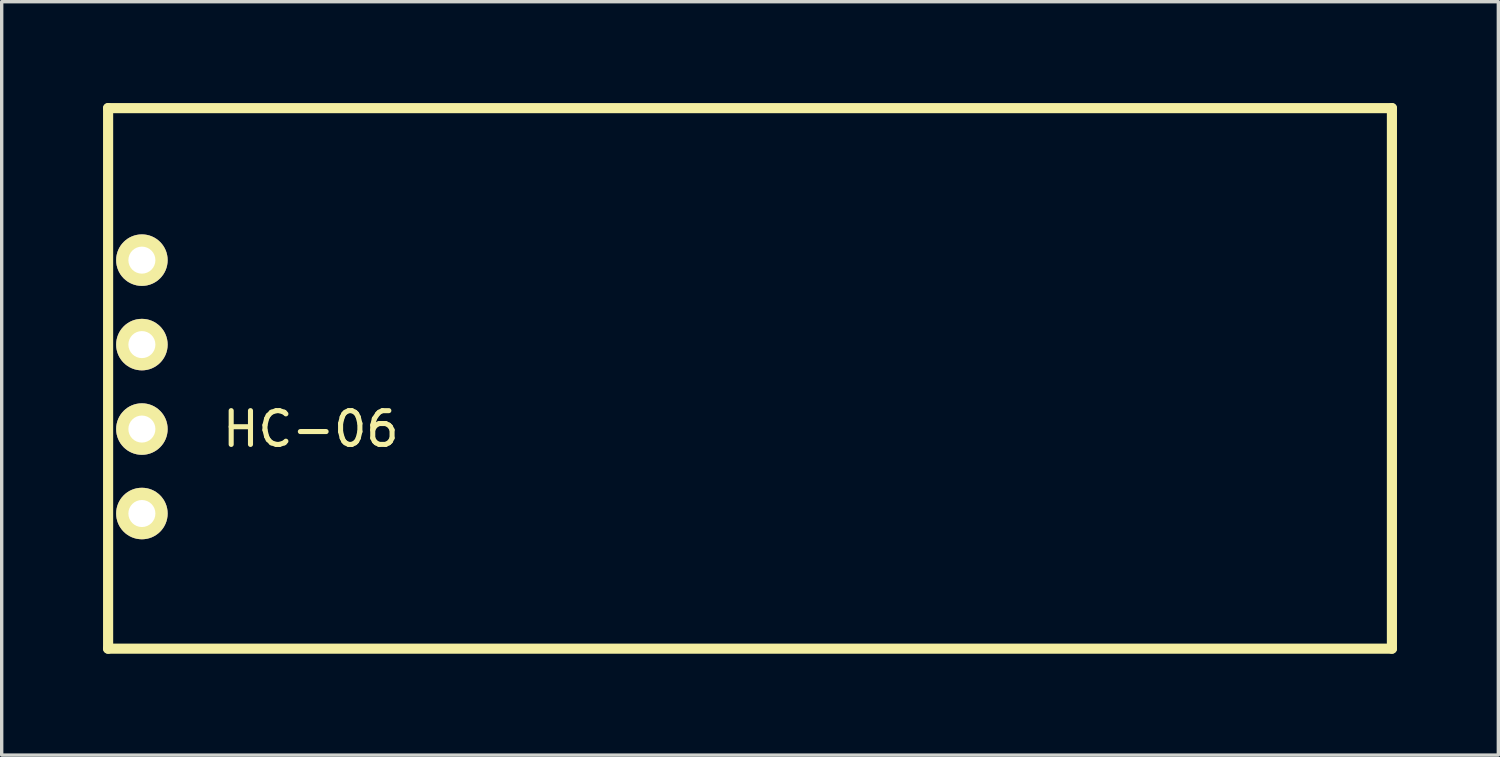
<source format=kicad_pcb>
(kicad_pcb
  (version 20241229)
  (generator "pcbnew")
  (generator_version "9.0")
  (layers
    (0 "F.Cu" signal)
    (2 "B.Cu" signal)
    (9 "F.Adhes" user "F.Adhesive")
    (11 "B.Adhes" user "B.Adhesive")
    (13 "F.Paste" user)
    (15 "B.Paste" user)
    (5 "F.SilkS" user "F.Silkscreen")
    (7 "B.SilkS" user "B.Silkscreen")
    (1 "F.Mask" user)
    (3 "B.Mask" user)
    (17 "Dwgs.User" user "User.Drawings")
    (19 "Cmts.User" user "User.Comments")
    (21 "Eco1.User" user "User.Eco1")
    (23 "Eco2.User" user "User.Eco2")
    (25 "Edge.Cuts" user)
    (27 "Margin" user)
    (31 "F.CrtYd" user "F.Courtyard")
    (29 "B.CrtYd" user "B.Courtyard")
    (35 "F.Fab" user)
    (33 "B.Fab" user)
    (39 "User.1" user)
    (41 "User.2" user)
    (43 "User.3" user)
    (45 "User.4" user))
  (footprint "HC-06"
    (layer "F.Cu")
    (at 1.15 7.15)
    (property "Reference" "HC-06" (at 5 2.5 0) (layer "F.SilkS") (effects (font (size 1 1) (thickness 0.15))))
    (attr through_hole)
    (fp_line (start -1 -7) (end -1 9) (stroke (width 0.3) (type solid)) (layer "F.SilkS"))
    (fp_line (start -1 -7) (end 37 -7) (stroke (width 0.3) (type solid)) (layer "F.SilkS"))
    (fp_line (start -1 9) (end 37 9) (stroke (width 0.3) (type solid)) (layer "F.SilkS"))
    (fp_line (start 37 -7) (end 37 9) (stroke (width 0.3) (type solid)) (layer "F.SilkS"))
    (pad "1" thru_hole circle (at 0 -2.5) (size 1.524 1.524) (drill 0.8) (layers "*.Cu" "*.Mask" "F.SilkS"))
    (pad "2" thru_hole circle (at 0 0) (size 1.524 1.524) (drill 0.8) (layers "*.Cu" "*.Mask" "F.SilkS"))
    (pad "3" thru_hole circle (at 0 2.5) (size 1.524 1.524) (drill 0.8) (layers "*.Cu" "*.Mask" "F.SilkS"))
    (pad "4" thru_hole circle (at 0 5) (size 1.524 1.524) (drill 0.8) (layers "*.Cu" "*.Mask" "F.SilkS")))
  (gr_rect
    (start -3 -3)
    (end 41.3 19.3)
    (stroke (width 0.1) (type default))
    (fill no)
    (layer "Edge.Cuts")))
</source>
